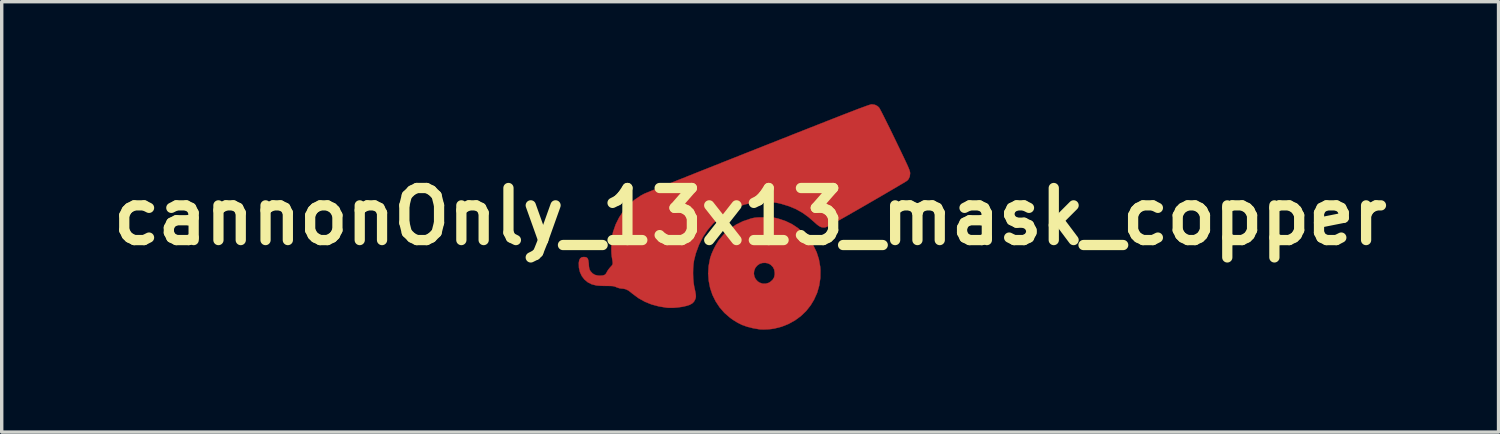
<source format=kicad_pcb>
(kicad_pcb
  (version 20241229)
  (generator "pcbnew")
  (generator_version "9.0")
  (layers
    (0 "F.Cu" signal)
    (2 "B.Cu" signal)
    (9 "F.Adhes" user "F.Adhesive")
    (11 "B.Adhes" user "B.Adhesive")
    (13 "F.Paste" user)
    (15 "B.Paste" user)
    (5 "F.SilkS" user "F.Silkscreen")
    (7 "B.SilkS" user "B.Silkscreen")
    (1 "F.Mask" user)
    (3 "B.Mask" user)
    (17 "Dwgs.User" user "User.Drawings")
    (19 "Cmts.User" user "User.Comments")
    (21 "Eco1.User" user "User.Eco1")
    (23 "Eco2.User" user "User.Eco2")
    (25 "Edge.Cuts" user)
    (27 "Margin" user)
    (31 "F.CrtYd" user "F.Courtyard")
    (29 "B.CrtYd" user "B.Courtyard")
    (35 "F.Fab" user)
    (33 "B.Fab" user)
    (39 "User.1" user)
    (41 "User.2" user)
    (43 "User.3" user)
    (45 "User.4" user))
  (footprint "cannonOnly_13x13_mask_copper"
    (layer "F.Cu")
    (at 18.912 3.289)
    (property "Reference" "cannonOnly_13x13_mask_copper" (at 0 0 0) (layer "F.SilkS") (effects (font (size 1.524 1.524) (thickness 0.3))))
    (attr through_hole)
    (fp_poly (pts (xy 0.525 0.025) (xy 0.603 0.028) (xy 0.666 0.032) (xy 0.72 0.039) (xy 0.773 0.05) (xy 0.833 0.065) (xy 0.833 0.065) (xy 1.041 0.135) (xy 1.232 0.228) (xy 1.408 0.346) (xy 1.574 0.493) (xy 1.58 0.498) (xy 1.731 0.669) (xy 1.853 0.852) (xy 1.947 1.046) (xy 2.013 1.252) (xy 2.051 1.47) (xy 2.058 1.57) (xy 2.055 1.801) (xy 2.022 2.023) (xy 1.961 2.235) (xy 1.869 2.438) (xy 1.772 2.599) (xy 1.641 2.765) (xy 1.487 2.913) (xy 1.314 3.04) (xy 1.125 3.145) (xy 0.924 3.225) (xy 0.713 3.279) (xy 0.616 3.294) (xy 0.51 3.303) (xy 0.404 3.307) (xy 0.31 3.305) (xy 0.262 3.3) (xy 0.077 3.268) (xy -0.085 3.227) (xy -0.232 3.175) (xy -0.369 3.107) (xy -0.505 3.023) (xy -0.588 2.963) (xy -0.751 2.822) (xy -0.892 2.661) (xy -1.009 2.484) (xy -1.103 2.293) (xy -1.171 2.091) (xy -1.212 1.881) (xy -1.227 1.672) (xy 0.109 1.672) (xy 0.124 1.756) (xy 0.162 1.834) (xy 0.224 1.901) (xy 0.277 1.936) (xy 0.363 1.965) (xy 0.454 1.967) (xy 0.543 1.942) (xy 0.589 1.915) (xy 0.659 1.853) (xy 0.702 1.783) (xy 0.72 1.699) (xy 0.72 1.645) (xy 0.706 1.556) (xy 0.671 1.484) (xy 0.611 1.421) (xy 0.582 1.399) (xy 0.518 1.369) (xy 0.44 1.356) (xy 0.359 1.36) (xy 0.287 1.381) (xy 0.282 1.383) (xy 0.204 1.438) (xy 0.149 1.508) (xy 0.118 1.588) (xy 0.109 1.672) (xy -1.227 1.672) (xy -1.227 1.665) (xy -1.214 1.447) (xy -1.172 1.229) (xy -1.169 1.216) (xy -1.13 1.1) (xy -1.075 0.973) (xy -1.01 0.846) (xy -0.939 0.728) (xy -0.898 0.67) (xy -0.754 0.503) (xy -0.589 0.357) (xy -0.405 0.234) (xy -0.203 0.136) (xy 0.014 0.063) (xy 0.025 0.06) (xy 0.081 0.046) (xy 0.134 0.036) (xy 0.19 0.03) (xy 0.256 0.026) (xy 0.341 0.025) (xy 0.423 0.025) (xy 0.525 0.025)) (stroke (width 0.01) (type solid)) (fill yes) (layer "F.Cu"))
    (fp_poly (pts (xy 3.653 -3.271) (xy 3.728 -3.233) (xy 3.773 -3.192) (xy 3.787 -3.171) (xy 3.812 -3.124) (xy 3.849 -3.055) (xy 3.895 -2.965) (xy 3.949 -2.857) (xy 4.01 -2.734) (xy 4.078 -2.598) (xy 4.15 -2.451) (xy 4.225 -2.296) (xy 4.248 -2.248) (xy 4.336 -2.066) (xy 4.411 -1.911) (xy 4.474 -1.779) (xy 4.527 -1.667) (xy 4.57 -1.575) (xy 4.605 -1.5) (xy 4.632 -1.439) (xy 4.652 -1.391) (xy 4.666 -1.353) (xy 4.675 -1.324) (xy 4.681 -1.3) (xy 4.683 -1.28) (xy 4.684 -1.262) (xy 4.673 -1.17) (xy 4.639 -1.096) (xy 4.6 -1.052) (xy 4.582 -1.04) (xy 4.539 -1.013) (xy 4.473 -0.973) (xy 4.386 -0.922) (xy 4.281 -0.859) (xy 4.159 -0.788) (xy 4.022 -0.708) (xy 3.873 -0.621) (xy 3.713 -0.528) (xy 3.545 -0.431) (xy 3.415 -0.355) (xy 3.201 -0.232) (xy 3.012 -0.124) (xy 2.847 -0.029) (xy 2.704 0.052) (xy 2.582 0.12) (xy 2.48 0.177) (xy 2.395 0.223) (xy 2.327 0.259) (xy 2.275 0.286) (xy 2.236 0.304) (xy 2.209 0.314) (xy 2.196 0.318) (xy 2.137 0.32) (xy 2.082 0.31) (xy 2.025 0.283) (xy 1.962 0.238) (xy 1.886 0.17) (xy 1.881 0.166) (xy 1.704 0.012) (xy 1.527 -0.114) (xy 1.341 -0.218) (xy 1.142 -0.301) (xy 0.922 -0.369) (xy 0.908 -0.373) (xy 0.827 -0.392) (xy 0.753 -0.406) (xy 0.678 -0.416) (xy 0.592 -0.422) (xy 0.493 -0.426) (xy 0.26 -0.424) (xy 0.043 -0.399) (xy -0.165 -0.351) (xy -0.369 -0.278) (xy -0.472 -0.232) (xy -0.697 -0.108) (xy -0.902 0.038) (xy -1.085 0.206) (xy -1.246 0.394) (xy -1.384 0.601) (xy -1.498 0.828) (xy -1.588 1.072) (xy -1.641 1.278) (xy -1.658 1.387) (xy -1.668 1.517) (xy -1.671 1.658) (xy -1.667 1.8) (xy -1.656 1.935) (xy -1.638 2.051) (xy -1.634 2.07) (xy -1.612 2.17) (xy -1.598 2.245) (xy -1.59 2.301) (xy -1.589 2.345) (xy -1.594 2.382) (xy -1.605 2.417) (xy -1.608 2.424) (xy -1.644 2.493) (xy -1.698 2.546) (xy -1.773 2.587) (xy -1.857 2.614) (xy -1.983 2.643) (xy -2.12 2.662) (xy -2.255 2.673) (xy -2.379 2.673) (xy -2.44 2.669) (xy -2.673 2.631) (xy -2.885 2.574) (xy -3.081 2.495) (xy -3.264 2.393) (xy -3.438 2.265) (xy -3.483 2.228) (xy -3.563 2.167) (xy -3.637 2.13) (xy -3.714 2.112) (xy -3.758 2.11) (xy -3.826 2.1) (xy -3.899 2.076) (xy -3.912 2.071) (xy -3.949 2.055) (xy -3.983 2.044) (xy -4.023 2.037) (xy -4.075 2.034) (xy -4.146 2.032) (xy -4.203 2.032) (xy -4.29 2.031) (xy -4.376 2.028) (xy -4.451 2.023) (xy -4.505 2.018) (xy -4.506 2.017) (xy -4.637 1.984) (xy -4.752 1.926) (xy -4.849 1.846) (xy -4.926 1.746) (xy -4.981 1.63) (xy -5.012 1.5) (xy -5.016 1.359) (xy -5.016 1.355) (xy -5.002 1.277) (xy -4.974 1.224) (xy -4.93 1.194) (xy -4.871 1.185) (xy -4.816 1.19) (xy -4.778 1.205) (xy -4.752 1.237) (xy -4.736 1.29) (xy -4.726 1.367) (xy -4.724 1.393) (xy -4.719 1.465) (xy -4.711 1.516) (xy -4.7 1.553) (xy -4.683 1.586) (xy -4.67 1.605) (xy -4.612 1.668) (xy -4.543 1.709) (xy -4.456 1.729) (xy -4.393 1.732) (xy -4.317 1.727) (xy -4.263 1.711) (xy -4.225 1.679) (xy -4.196 1.628) (xy -4.192 1.62) (xy -4.171 1.584) (xy -4.136 1.535) (xy -4.095 1.485) (xy -4.093 1.483) (xy -4.062 1.45) (xy -4.04 1.424) (xy -4.028 1.4) (xy -4.023 1.372) (xy -4.025 1.333) (xy -4.033 1.278) (xy -4.046 1.199) (xy -4.05 1.178) (xy -4.06 1.078) (xy -4.064 0.959) (xy -4.061 0.829) (xy -4.052 0.698) (xy -4.037 0.575) (xy -4.017 0.471) (xy -4.011 0.447) (xy -3.935 0.229) (xy -3.833 0.025) (xy -3.707 -0.164) (xy -3.559 -0.334) (xy -3.39 -0.484) (xy -3.204 -0.61) (xy -3.11 -0.661) (xy -3.085 -0.672) (xy -3.032 -0.694) (xy -2.954 -0.726) (xy -2.851 -0.768) (xy -2.725 -0.819) (xy -2.577 -0.879) (xy -2.408 -0.946) (xy -2.22 -1.022) (xy -2.014 -1.104) (xy -1.791 -1.193) (xy -1.553 -1.288) (xy -1.301 -1.388) (xy -1.037 -1.493) (xy -0.761 -1.603) (xy -0.475 -1.716) (xy -0.181 -1.833) (xy 0.121 -1.952) (xy 0.246 -2.002) (xy 0.61 -2.146) (xy 0.947 -2.279) (xy 1.257 -2.402) (xy 1.541 -2.514) (xy 1.802 -2.617) (xy 2.039 -2.71) (xy 2.254 -2.795) (xy 2.448 -2.871) (xy 2.622 -2.939) (xy 2.777 -3) (xy 2.915 -3.053) (xy 3.035 -3.099) (xy 3.14 -3.14) (xy 3.231 -3.174) (xy 3.308 -3.202) (xy 3.373 -3.226) (xy 3.426 -3.245) (xy 3.469 -3.26) (xy 3.503 -3.27) (xy 3.529 -3.278) (xy 3.548 -3.282) (xy 3.561 -3.284) (xy 3.564 -3.284) (xy 3.653 -3.271)) (stroke (width 0.01) (type solid)) (fill yes) (layer "F.Cu"))
    (fp_poly (pts (xy 0.525 0.025) (xy 0.603 0.028) (xy 0.666 0.032) (xy 0.72 0.039) (xy 0.773 0.05) (xy 0.833 0.065) (xy 0.833 0.065) (xy 1.041 0.135) (xy 1.232 0.228) (xy 1.408 0.346) (xy 1.574 0.493) (xy 1.58 0.498) (xy 1.731 0.669) (xy 1.853 0.852) (xy 1.947 1.046) (xy 2.013 1.252) (xy 2.051 1.47) (xy 2.058 1.57) (xy 2.055 1.801) (xy 2.022 2.023) (xy 1.961 2.235) (xy 1.869 2.438) (xy 1.772 2.599) (xy 1.641 2.765) (xy 1.487 2.913) (xy 1.314 3.04) (xy 1.125 3.145) (xy 0.924 3.225) (xy 0.713 3.279) (xy 0.616 3.294) (xy 0.51 3.303) (xy 0.404 3.307) (xy 0.31 3.305) (xy 0.262 3.3) (xy 0.077 3.268) (xy -0.085 3.227) (xy -0.232 3.175) (xy -0.369 3.107) (xy -0.505 3.023) (xy -0.588 2.963) (xy -0.751 2.822) (xy -0.892 2.661) (xy -1.009 2.484) (xy -1.103 2.293) (xy -1.171 2.091) (xy -1.212 1.881) (xy -1.227 1.672) (xy 0.109 1.672) (xy 0.124 1.756) (xy 0.162 1.834) (xy 0.224 1.901) (xy 0.277 1.936) (xy 0.363 1.965) (xy 0.454 1.967) (xy 0.543 1.942) (xy 0.589 1.915) (xy 0.659 1.853) (xy 0.702 1.783) (xy 0.72 1.699) (xy 0.72 1.645) (xy 0.706 1.556) (xy 0.671 1.484) (xy 0.611 1.421) (xy 0.582 1.399) (xy 0.518 1.369) (xy 0.44 1.356) (xy 0.359 1.36) (xy 0.287 1.381) (xy 0.282 1.383) (xy 0.204 1.438) (xy 0.149 1.508) (xy 0.118 1.588) (xy 0.109 1.672) (xy -1.227 1.672) (xy -1.227 1.665) (xy -1.214 1.447) (xy -1.172 1.229) (xy -1.169 1.216) (xy -1.13 1.1) (xy -1.075 0.973) (xy -1.01 0.846) (xy -0.939 0.728) (xy -0.898 0.67) (xy -0.754 0.503) (xy -0.589 0.357) (xy -0.405 0.234) (xy -0.203 0.136) (xy 0.014 0.063) (xy 0.025 0.06) (xy 0.081 0.046) (xy 0.134 0.036) (xy 0.19 0.03) (xy 0.256 0.026) (xy 0.341 0.025) (xy 0.423 0.025) (xy 0.525 0.025)) (stroke (width 0.01) (type solid)) (fill yes) (layer "F.Mask"))
    (fp_poly (pts (xy 3.653 -3.271) (xy 3.728 -3.233) (xy 3.773 -3.192) (xy 3.787 -3.171) (xy 3.812 -3.124) (xy 3.849 -3.055) (xy 3.895 -2.965) (xy 3.949 -2.857) (xy 4.01 -2.734) (xy 4.078 -2.598) (xy 4.15 -2.451) (xy 4.225 -2.296) (xy 4.248 -2.248) (xy 4.336 -2.066) (xy 4.411 -1.911) (xy 4.474 -1.779) (xy 4.527 -1.667) (xy 4.57 -1.575) (xy 4.605 -1.5) (xy 4.632 -1.439) (xy 4.652 -1.391) (xy 4.666 -1.353) (xy 4.675 -1.324) (xy 4.681 -1.3) (xy 4.683 -1.28) (xy 4.684 -1.262) (xy 4.673 -1.17) (xy 4.639 -1.096) (xy 4.6 -1.052) (xy 4.582 -1.04) (xy 4.539 -1.013) (xy 4.473 -0.973) (xy 4.386 -0.922) (xy 4.281 -0.859) (xy 4.159 -0.788) (xy 4.022 -0.708) (xy 3.873 -0.621) (xy 3.713 -0.528) (xy 3.545 -0.431) (xy 3.415 -0.355) (xy 3.201 -0.232) (xy 3.012 -0.124) (xy 2.847 -0.029) (xy 2.704 0.052) (xy 2.582 0.12) (xy 2.48 0.177) (xy 2.395 0.223) (xy 2.327 0.259) (xy 2.275 0.286) (xy 2.236 0.304) (xy 2.209 0.314) (xy 2.196 0.318) (xy 2.137 0.32) (xy 2.082 0.31) (xy 2.025 0.283) (xy 1.962 0.238) (xy 1.886 0.17) (xy 1.881 0.166) (xy 1.704 0.012) (xy 1.527 -0.114) (xy 1.341 -0.218) (xy 1.142 -0.301) (xy 0.922 -0.369) (xy 0.908 -0.373) (xy 0.827 -0.392) (xy 0.753 -0.406) (xy 0.678 -0.416) (xy 0.592 -0.422) (xy 0.493 -0.426) (xy 0.26 -0.424) (xy 0.043 -0.399) (xy -0.165 -0.351) (xy -0.369 -0.278) (xy -0.472 -0.232) (xy -0.697 -0.108) (xy -0.902 0.038) (xy -1.085 0.206) (xy -1.246 0.394) (xy -1.384 0.601) (xy -1.498 0.828) (xy -1.588 1.072) (xy -1.641 1.278) (xy -1.658 1.387) (xy -1.668 1.517) (xy -1.671 1.658) (xy -1.667 1.8) (xy -1.656 1.935) (xy -1.638 2.051) (xy -1.634 2.07) (xy -1.612 2.17) (xy -1.598 2.245) (xy -1.59 2.301) (xy -1.589 2.345) (xy -1.594 2.382) (xy -1.605 2.417) (xy -1.608 2.424) (xy -1.644 2.493) (xy -1.698 2.546) (xy -1.773 2.587) (xy -1.857 2.614) (xy -1.983 2.643) (xy -2.12 2.662) (xy -2.255 2.673) (xy -2.379 2.673) (xy -2.44 2.669) (xy -2.673 2.631) (xy -2.885 2.574) (xy -3.081 2.495) (xy -3.264 2.393) (xy -3.438 2.265) (xy -3.483 2.228) (xy -3.563 2.167) (xy -3.637 2.13) (xy -3.714 2.112) (xy -3.758 2.11) (xy -3.826 2.1) (xy -3.899 2.076) (xy -3.912 2.071) (xy -3.949 2.055) (xy -3.983 2.044) (xy -4.023 2.037) (xy -4.075 2.034) (xy -4.146 2.032) (xy -4.203 2.032) (xy -4.29 2.031) (xy -4.376 2.028) (xy -4.451 2.023) (xy -4.505 2.018) (xy -4.506 2.017) (xy -4.637 1.984) (xy -4.752 1.926) (xy -4.849 1.846) (xy -4.926 1.746) (xy -4.981 1.63) (xy -5.012 1.5) (xy -5.016 1.359) (xy -5.016 1.355) (xy -5.002 1.277) (xy -4.974 1.224) (xy -4.93 1.194) (xy -4.871 1.185) (xy -4.816 1.19) (xy -4.778 1.205) (xy -4.752 1.237) (xy -4.736 1.29) (xy -4.726 1.367) (xy -4.724 1.393) (xy -4.719 1.465) (xy -4.711 1.516) (xy -4.7 1.553) (xy -4.683 1.586) (xy -4.67 1.605) (xy -4.612 1.668) (xy -4.543 1.709) (xy -4.456 1.729) (xy -4.393 1.732) (xy -4.317 1.727) (xy -4.263 1.711) (xy -4.225 1.679) (xy -4.196 1.628) (xy -4.192 1.62) (xy -4.171 1.584) (xy -4.136 1.535) (xy -4.095 1.485) (xy -4.093 1.483) (xy -4.062 1.45) (xy -4.04 1.424) (xy -4.028 1.4) (xy -4.023 1.372) (xy -4.025 1.333) (xy -4.033 1.278) (xy -4.046 1.199) (xy -4.05 1.178) (xy -4.06 1.078) (xy -4.064 0.959) (xy -4.061 0.829) (xy -4.052 0.698) (xy -4.037 0.575) (xy -4.017 0.471) (xy -4.011 0.447) (xy -3.935 0.229) (xy -3.833 0.025) (xy -3.707 -0.164) (xy -3.559 -0.334) (xy -3.39 -0.484) (xy -3.204 -0.61) (xy -3.11 -0.661) (xy -3.085 -0.672) (xy -3.032 -0.694) (xy -2.954 -0.726) (xy -2.851 -0.768) (xy -2.725 -0.819) (xy -2.577 -0.879) (xy -2.408 -0.946) (xy -2.22 -1.022) (xy -2.014 -1.104) (xy -1.791 -1.193) (xy -1.553 -1.288) (xy -1.301 -1.388) (xy -1.037 -1.493) (xy -0.761 -1.603) (xy -0.475 -1.716) (xy -0.181 -1.833) (xy 0.121 -1.952) (xy 0.246 -2.002) (xy 0.61 -2.146) (xy 0.947 -2.279) (xy 1.257 -2.402) (xy 1.541 -2.514) (xy 1.802 -2.617) (xy 2.039 -2.71) (xy 2.254 -2.795) (xy 2.448 -2.871) (xy 2.622 -2.939) (xy 2.777 -3) (xy 2.915 -3.053) (xy 3.035 -3.099) (xy 3.14 -3.14) (xy 3.231 -3.174) (xy 3.308 -3.202) (xy 3.373 -3.226) (xy 3.426 -3.245) (xy 3.469 -3.26) (xy 3.503 -3.27) (xy 3.529 -3.278) (xy 3.548 -3.282) (xy 3.561 -3.284) (xy 3.564 -3.284) (xy 3.653 -3.271)) (stroke (width 0.01) (type solid)) (fill yes) (layer "F.Mask")))
  (gr_rect
    (start -3 -3)
    (end 40.824 9.601)
    (stroke (width 0.1) (type default))
    (fill no)
    (layer "Edge.Cuts")))
</source>
